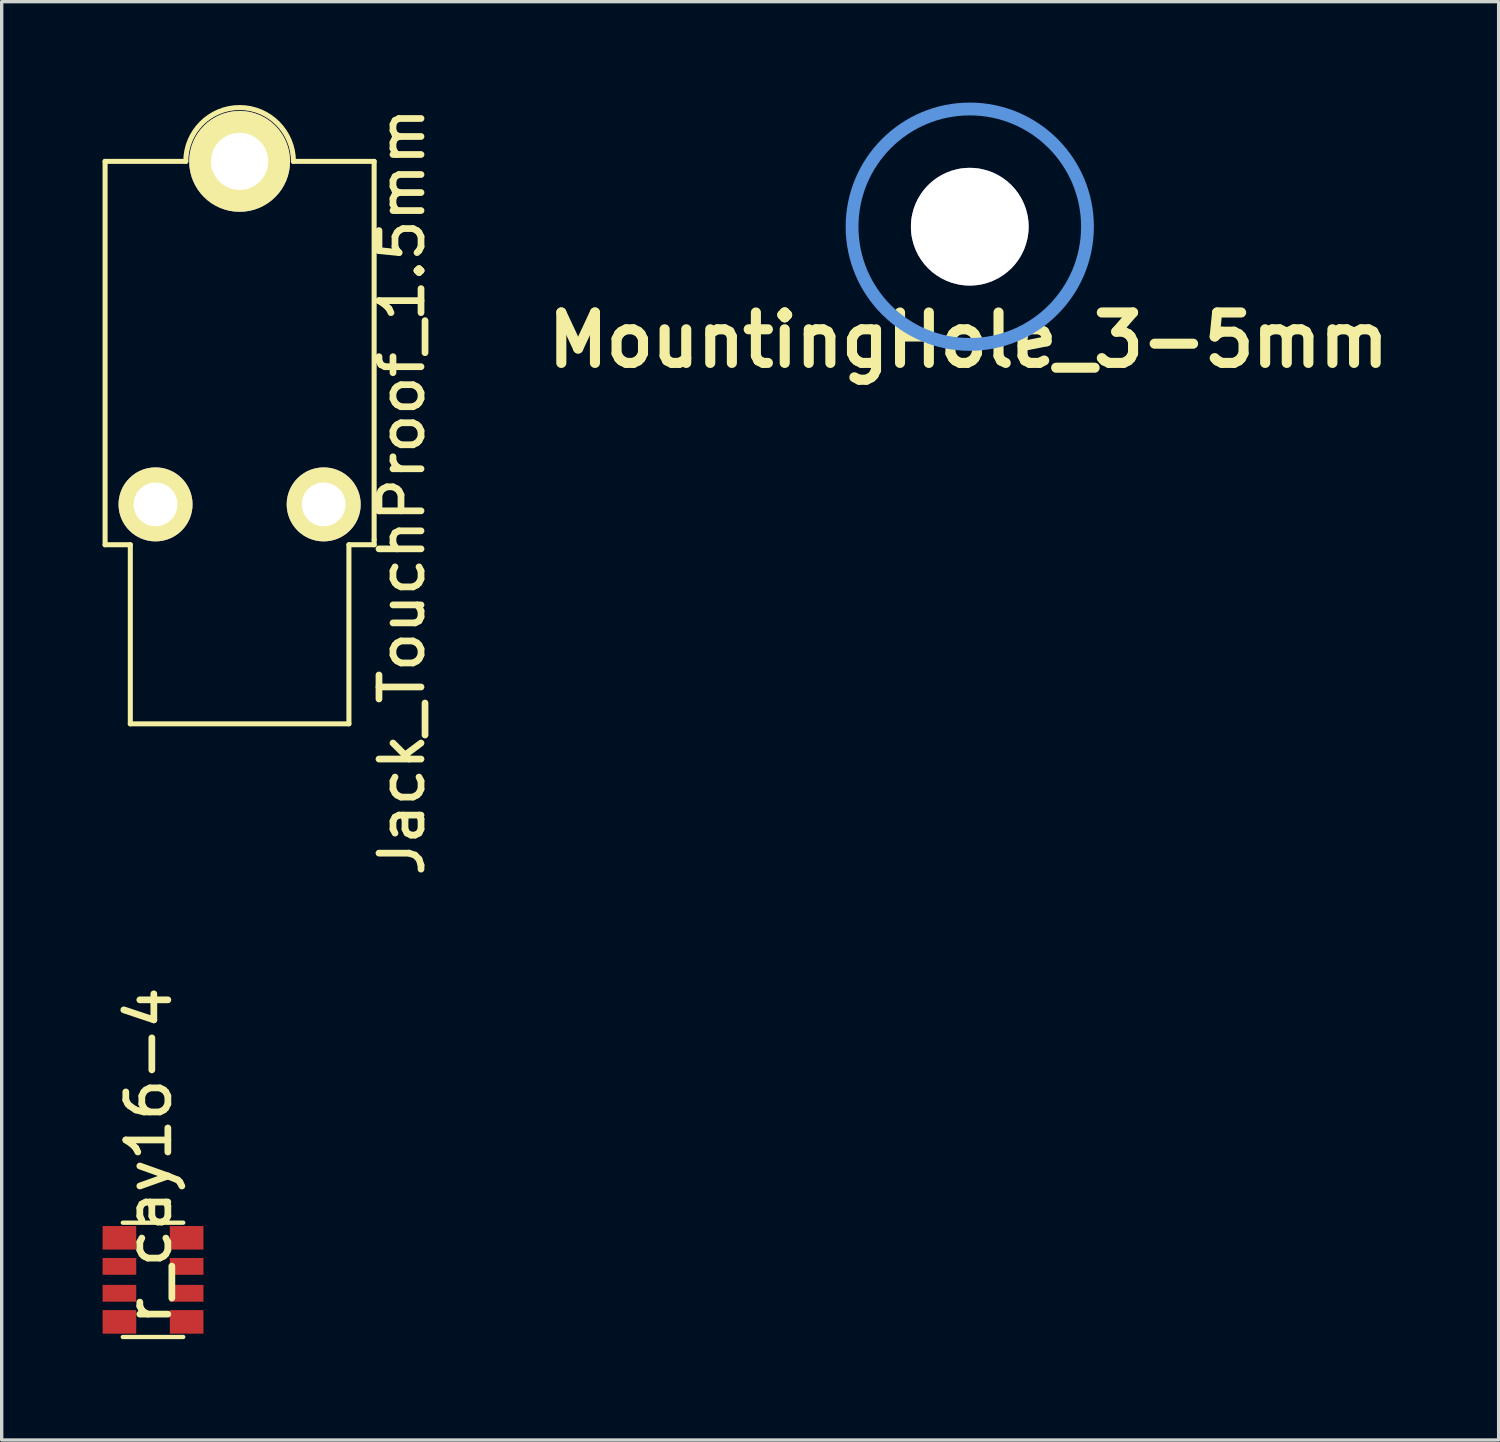
<source format=kicad_pcb>
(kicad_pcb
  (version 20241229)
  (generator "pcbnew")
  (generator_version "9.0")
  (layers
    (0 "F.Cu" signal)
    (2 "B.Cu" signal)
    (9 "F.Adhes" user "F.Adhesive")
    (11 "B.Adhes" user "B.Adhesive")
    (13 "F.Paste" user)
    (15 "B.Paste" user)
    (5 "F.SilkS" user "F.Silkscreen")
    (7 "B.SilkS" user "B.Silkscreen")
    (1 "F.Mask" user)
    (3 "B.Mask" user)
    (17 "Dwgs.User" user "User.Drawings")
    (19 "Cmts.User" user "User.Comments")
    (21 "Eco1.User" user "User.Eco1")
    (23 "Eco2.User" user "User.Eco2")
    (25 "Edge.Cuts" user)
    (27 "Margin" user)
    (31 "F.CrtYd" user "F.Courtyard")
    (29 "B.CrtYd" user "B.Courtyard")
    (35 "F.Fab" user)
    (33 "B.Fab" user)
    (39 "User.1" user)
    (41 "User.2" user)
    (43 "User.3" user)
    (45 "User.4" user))
  (footprint "r_cay16-4"
    (layer "F.Cu")
    (at 1.5 35.006)
    (property "Reference" "r_cay16-4" (at -0.127 -3.683 90) (layer "F.SilkS") (effects (font (size 1.25 1.25) (thickness 0.2))))
    (attr through_hole)
    (fp_line (start -0.899 -1.699) (end 0.899 -1.699) (stroke (width 0.127) (type solid)) (layer "F.SilkS"))
    (fp_line (start -0.899 1.699) (end 0.899 1.699) (stroke (width 0.127) (type solid)) (layer "F.SilkS"))
    (pad "1" smd rect (at 1 1.25) (size 1 0.7) (layers "F.Cu" "F.Mask" "F.Paste"))
    (pad "2" smd rect (at 1 0.4) (size 1 0.5) (layers "F.Cu" "F.Mask" "F.Paste"))
    (pad "3" smd rect (at 1 -0.4) (size 1 0.5) (layers "F.Cu" "F.Mask" "F.Paste"))
    (pad "4" smd rect (at 1 -1.25) (size 1 0.7) (layers "F.Cu" "F.Mask" "F.Paste"))
    (pad "5" smd rect (at -1 -1.25) (size 1 0.7) (layers "F.Cu" "F.Mask" "F.Paste"))
    (pad "6" smd rect (at -1 -0.4) (size 1 0.5) (layers "F.Cu" "F.Mask" "F.Paste"))
    (pad "7" smd rect (at -1 0.4) (size 1 0.5) (layers "F.Cu" "F.Mask" "F.Paste"))
    (pad "8" smd rect (at -1 1.25) (size 1 0.7) (layers "F.Cu" "F.Mask" "F.Paste")))
  (footprint "MountingHole_3-5mm"
    (layer "F.Cu")
    (at 25.786 3.691)
    (property "Reference" "MountingHole_3-5mm" (at -0.038 3.372 0) (layer "F.SilkS") (effects (font (size 1.5 1.5) (thickness 0.3))))
    (attr through_hole)
    (fp_circle (center 0 0) (end 3.5 0) (stroke (width 0.381) (type solid)) (fill no) (layer "Cmts.User"))
    (pad "" thru_hole circle (at 0 0) (size 3.5 3.5) (drill 3.5) (layers)))
  (footprint "Jack_TouchProof_1.5mm"
    (layer "F.Cu")
    (at 4.075 6.748)
    (property "Reference" "Jack_TouchProof_1.5mm" (at 4.826 4.826 90) (layer "F.SilkS") (effects (font (size 1.25 1.25) (thickness 0.2))))
    (attr through_hole)
    (fp_line (start -4 -5) (end -4 6.4) (stroke (width 0.15) (type solid)) (layer "F.SilkS"))
    (fp_line (start -4 -5) (end -1.6 -5) (stroke (width 0.15) (type solid)) (layer "F.SilkS"))
    (fp_line (start -3.25 6.4) (end -4 6.4) (stroke (width 0.15) (type solid)) (layer "F.SilkS"))
    (fp_line (start -3.25 6.4) (end -3.25 11.725) (stroke (width 0.15) (type solid)) (layer "F.SilkS"))
    (fp_line (start 3.25 6.4) (end 3.25 11.725) (stroke (width 0.15) (type solid)) (layer "F.SilkS"))
    (fp_line (start 3.25 11.725) (end -3.25 11.725) (stroke (width 0.15) (type solid)) (layer "F.SilkS"))
    (fp_line (start 4 -5) (end 1.6 -5) (stroke (width 0.15) (type solid)) (layer "F.SilkS"))
    (fp_line (start 4 -5) (end 4 6.25) (stroke (width 0.15) (type solid)) (layer "F.SilkS"))
    (fp_line (start 4 6.25) (end 4 6.4) (stroke (width 0.15) (type solid)) (layer "F.SilkS"))
    (fp_line (start 4 6.4) (end 3.25 6.4) (stroke (width 0.15) (type solid)) (layer "F.SilkS"))
    (fp_arc (start -1.6 -5) (mid 0 -6.6) (end 1.6 -5) (stroke (width 0.15) (type solid)) (layer "F.SilkS"))
    (pad "1" thru_hole circle (at 0 -5) (size 3 3) (drill 1.7) (layers "*.Cu" "*.Mask" "F.SilkS"))
    (pad "2" thru_hole circle (at -2.5 5.2) (size 2.2 2.2) (drill 1.3) (layers "*.Cu" "*.Mask" "F.SilkS"))
    (pad "2" thru_hole circle (at 2.5 5.2) (size 2.2 2.2) (drill 1.3) (layers "*.Cu" "*.Mask" "F.SilkS")))
  (gr_rect
    (start -3 -3)
    (end 41.512 39.768)
    (stroke (width 0.1) (type default))
    (fill no)
    (layer "Edge.Cuts")))
</source>
